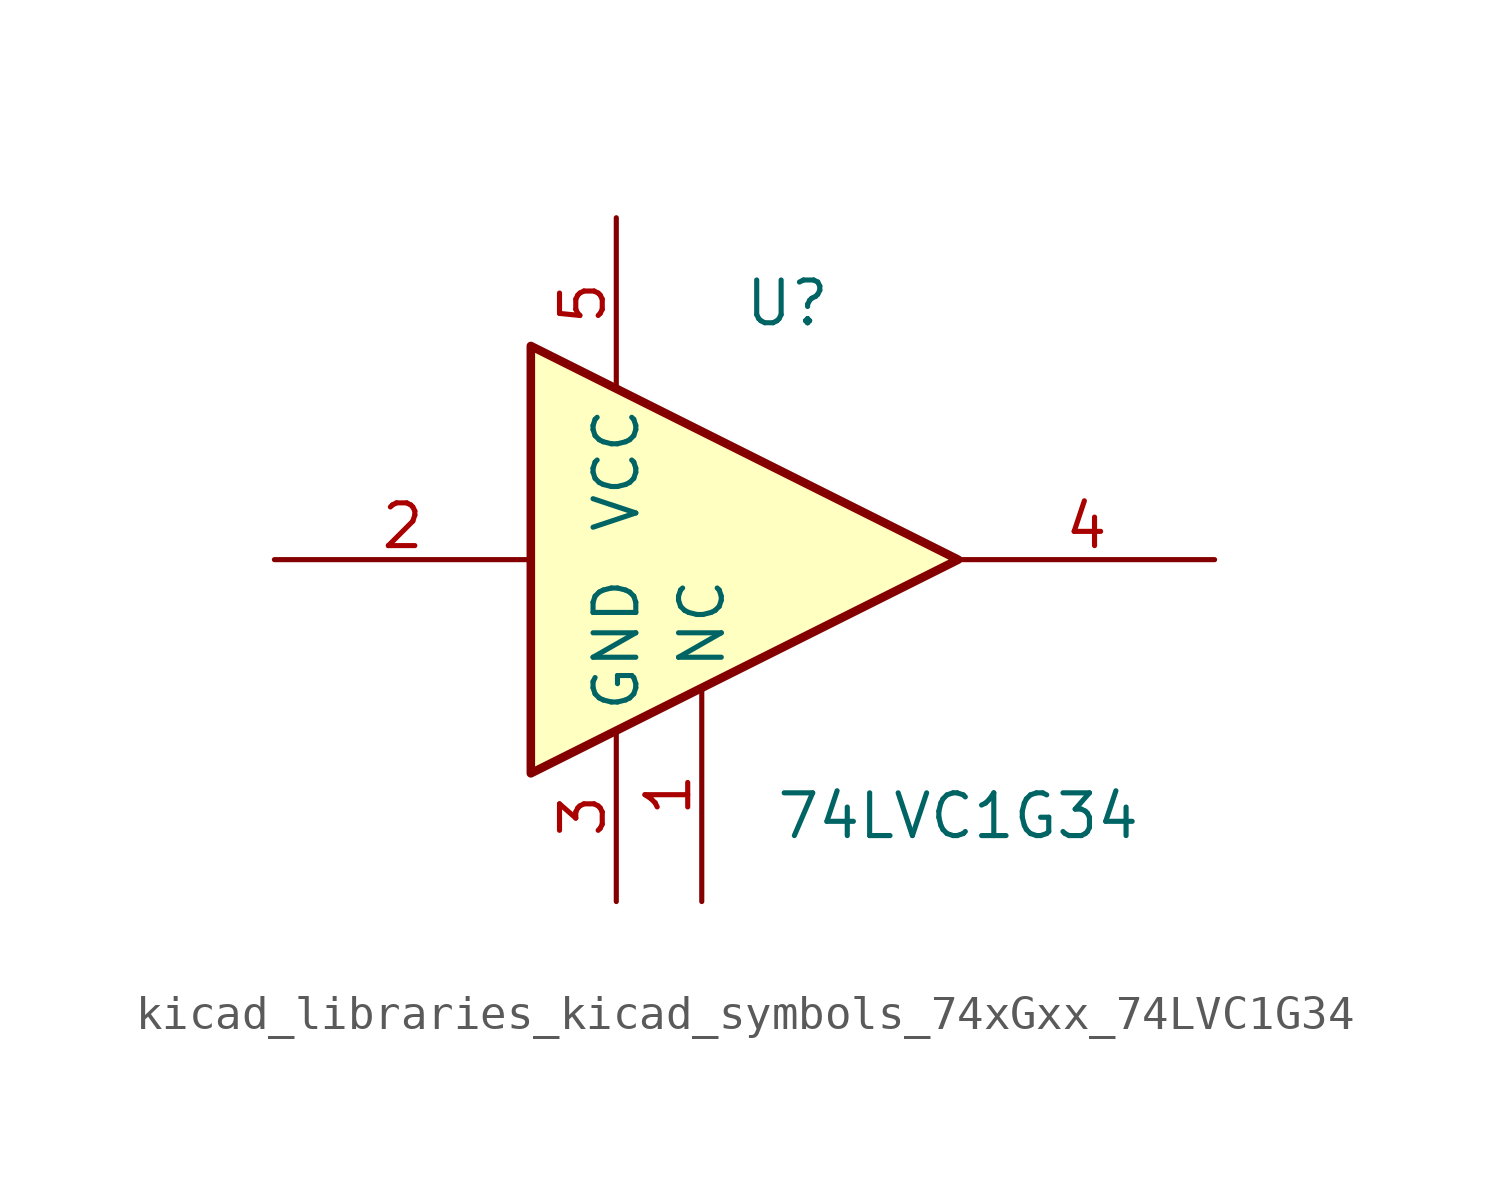
<source format=kicad_sym>
(kicad_symbol_lib
  (version 20220914)
  (generator kicad_symbol_editor)
  (symbol "kicad_libraries_kicad_symbols_74xGxx_74LVC1G34"
    (property "Reference" "U"
      (at 0 7.62 0)
      (effects (font (size 1.27 1.27))))
    (property "Value" "74LVC1G34"
      (at 5.08 -7.62 0)
      (effects (font (size 1.27 1.27))))
    (symbol "kicad_libraries_kicad_symbols_74xGxx_74LVC1G34_0_1"
      (polyline (pts (xy -7.62 6.35) (xy -7.62 -6.35) (xy 5.08 0) (xy -7.62 6.35)) (stroke (width 0.254) (type default)) (fill (type background))))
    (symbol "kicad_libraries_kicad_symbols_74xGxx_74LVC1G34_1_1"
      (pin free line (at -2.54 -10.16 90) (length 6.35) (name "NC" (effects (font (size 1.27 1.27)))) (number "1" (effects (font (size 1.27 1.27)))))
      (pin input line (at -15.24 0 0) (length 7.62) (name "~" (effects (font (size 1.27 1.27)))) (number "2" (effects (font (size 1.27 1.27)))))
      (pin power_in line (at -5.08 -10.16 90) (length 5.08) (name "GND" (effects (font (size 1.27 1.27)))) (number "3" (effects (font (size 1.27 1.27)))))
      (pin output line (at 12.7 0 180) (length 7.62) (name "~" (effects (font (size 1.27 1.27)))) (number "4" (effects (font (size 1.27 1.27)))))
      (pin power_in line (at -5.08 10.16 270) (length 5.08) (name "VCC" (effects (font (size 1.27 1.27)))) (number "5" (effects (font (size 1.27 1.27))))))))
</source>
